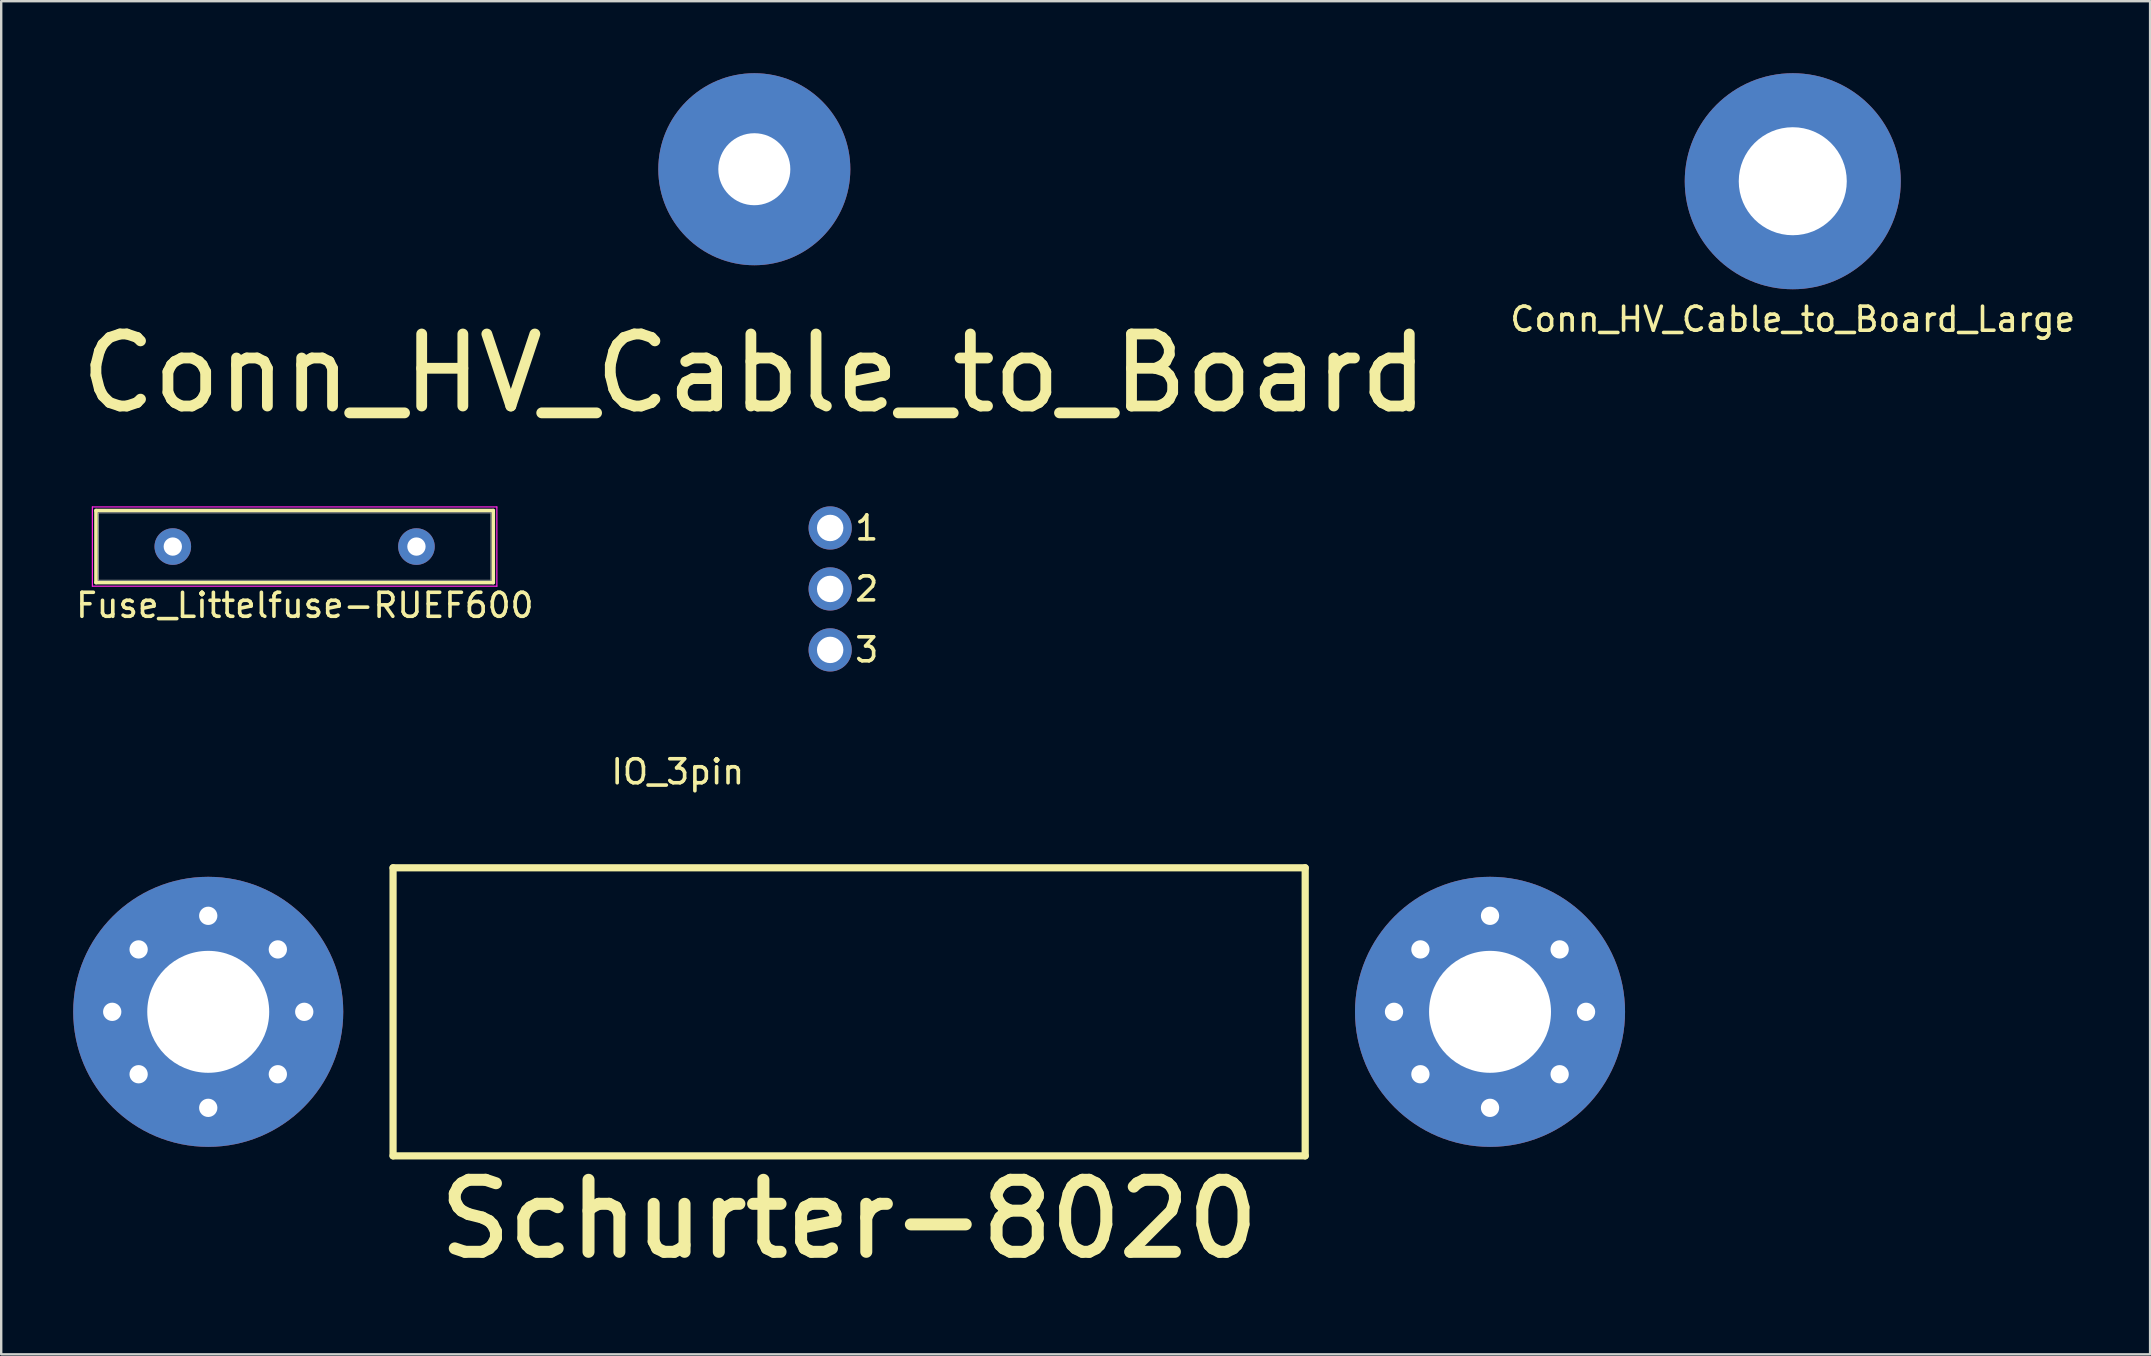
<source format=kicad_pcb>
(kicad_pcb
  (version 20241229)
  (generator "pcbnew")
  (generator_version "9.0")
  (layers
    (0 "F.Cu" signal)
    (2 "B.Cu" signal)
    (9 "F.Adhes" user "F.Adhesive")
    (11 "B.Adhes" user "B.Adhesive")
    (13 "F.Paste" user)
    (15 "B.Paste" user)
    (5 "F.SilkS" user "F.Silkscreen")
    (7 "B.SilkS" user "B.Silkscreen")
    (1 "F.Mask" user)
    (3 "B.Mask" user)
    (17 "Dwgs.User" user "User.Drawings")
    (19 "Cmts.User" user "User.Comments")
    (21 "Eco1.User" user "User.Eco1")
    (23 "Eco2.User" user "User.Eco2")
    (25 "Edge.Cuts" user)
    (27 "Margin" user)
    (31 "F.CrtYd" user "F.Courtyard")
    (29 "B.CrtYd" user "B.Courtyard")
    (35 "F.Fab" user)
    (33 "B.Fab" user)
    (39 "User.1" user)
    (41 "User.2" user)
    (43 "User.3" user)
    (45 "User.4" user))
  (footprint "IO_3pin"
    (layer "F.Cu")
    (at 31.535 21.485)
    (property "Reference" "IO_3pin" (at -6.35 7.62 0) (layer "F.SilkS") (effects (font (size 1 1) (thickness 0.15))))
    (attr through_hole)
    (fp_text user "1" (at 1.524 -2.54 0) (layer "F.SilkS") (effects (font (size 1 1) (thickness 0.15))))
    (fp_text user "2" (at 1.524 0 0) (layer "F.SilkS") (effects (font (size 1 1) (thickness 0.15))))
    (fp_text user "3" (at 1.524 2.54 0) (layer "F.SilkS") (effects (font (size 1 1) (thickness 0.15))))
    (pad "1" thru_hole circle (at 0 -2.54) (size 1.8 1.8) (drill 1.1) (layers "*.Cu" "*.Mask"))
    (pad "2" thru_hole circle (at 0 0) (size 1.8 1.8) (drill 1.1) (layers "*.Cu" "*.Mask"))
    (pad "3" thru_hole circle (at 0 2.54) (size 1.8 1.8) (drill 1.1) (layers "*.Cu" "*.Mask")))
  (footprint "Conn_HV_Cable_to_Board"
    (layer "F.Cu")
    (at 28.375 4)
    (property "Reference" "Conn_HV_Cable_to_Board" (at 0 8.5 0) (layer "F.SilkS") (effects (font (size 3 3) (thickness 0.45))))
    (attr through_hole)
    (pad "1" thru_hole circle (at 0 0) (size 8 8) (drill 3) (layers "*.Cu" "*.Mask")))
  (footprint "Fuse_Littelfuse-RUEF600"
    (layer "F.Cu")
    (at 4.149 19.72)
    (property "Reference" "Fuse_Littelfuse-RUEF600" (at 5.5 2.45 0) (layer "F.SilkS") (effects (font (size 1 1) (thickness 0.15))))
    (attr through_hole)
    (fp_line (start -3.2 1.5) (end -3.2 -1.5) (stroke (width 0.15) (type solid)) (layer "F.SilkS"))
    (fp_line (start -3.2 1.5) (end 13.35 1.5) (stroke (width 0.15) (type solid)) (layer "F.SilkS"))
    (fp_line (start 13.35 -1.5) (end -3.2 -1.5) (stroke (width 0.15) (type solid)) (layer "F.SilkS"))
    (fp_line (start 13.35 1.5) (end 13.35 -1.5) (stroke (width 0.15) (type solid)) (layer "F.SilkS"))
    (fp_line (start -3.35 -1.65) (end -3.35 1.65) (stroke (width 0.05) (type solid)) (layer "F.CrtYd"))
    (fp_line (start -3.35 1.65) (end 13.5 1.65) (stroke (width 0.05) (type solid)) (layer "F.CrtYd"))
    (fp_line (start 13.5 -1.65) (end -3.35 -1.65) (stroke (width 0.05) (type solid)) (layer "F.CrtYd"))
    (fp_line (start 13.5 1.65) (end 13.5 -1.65) (stroke (width 0.05) (type solid)) (layer "F.CrtYd"))
    (fp_line (start -3.1 -1.4) (end 13.25 -1.4) (stroke (width 0.03) (type solid)) (layer "F.Fab"))
    (fp_line (start -3.1 1.4) (end -3.1 -1.4) (stroke (width 0.03) (type solid)) (layer "F.Fab"))
    (fp_line (start 13.25 -1.4) (end 13.25 1.4) (stroke (width 0.03) (type solid)) (layer "F.Fab"))
    (fp_line (start 13.25 1.4) (end -3.1 1.4) (stroke (width 0.03) (type solid)) (layer "F.Fab"))
    (pad "1" thru_hole circle (at 0 0) (size 1.524 1.524) (drill 0.762) (layers "*.Cu" "*.Mask"))
    (pad "2" thru_hole circle (at 10.15 0) (size 1.524 1.524) (drill 0.762) (layers "*.Cu" "*.Mask")))
  (footprint "Conn_HV_Cable_to_Board_Large"
    (layer "F.Cu")
    (at 71.637 4.5)
    (property "Reference" "Conn_HV_Cable_to_Board_Large" (at 0 5.75 0) (layer "F.SilkS") (effects (font (size 1 1) (thickness 0.15))))
    (attr through_hole)
    (pad "1" thru_hole circle (at 0 0) (size 9 9) (drill 4.5) (layers "*.Cu" "*.Mask")))
  (footprint "Schurter-8020"
    (layer "F.Cu")
    (at 32.325 39.103)
    (property "Reference" "Schurter-8020" (at 0 8.636 0) (layer "F.SilkS") (effects (font (size 3 3) (thickness 0.5))))
    (attr through_hole)
    (fp_line (start -19 -6) (end -19 6) (stroke (width 0.3) (type solid)) (layer "F.SilkS"))
    (fp_line (start -19 6) (end 19 6) (stroke (width 0.3) (type solid)) (layer "F.SilkS"))
    (fp_line (start 19 -6) (end -19 -6) (stroke (width 0.3) (type solid)) (layer "F.SilkS"))
    (fp_line (start 19 -6) (end 19 6) (stroke (width 0.3) (type solid)) (layer "F.SilkS"))
    (pad "1" thru_hole circle (at -30.7 0 90) (size 2 2) (drill 0.762) (layers "*.Cu" "*.Mask"))
    (pad "1" thru_hole circle (at -29.6 -2.6) (size 1.524 1.524) (drill 0.762) (layers "*.Cu" "*.Mask"))
    (pad "1" thru_hole circle (at -29.6 2.6 90) (size 1.524 1.524) (drill 0.762) (layers "*.Cu" "*.Mask"))
    (pad "1" thru_hole circle (at -26.7 -4) (size 2 2) (drill 0.762) (layers "*.Cu" "*.Mask"))
    (pad "1" thru_hole circle (at -26.7 0) (size 11.25 11.25) (drill 5.08) (layers "*.Cu" "*.Mask"))
    (pad "1" thru_hole circle (at -26.7 4 180) (size 2 2) (drill 0.762) (layers "*.Cu" "*.Mask"))
    (pad "1" thru_hole circle (at -23.8 -2.6 270) (size 1.524 1.524) (drill 0.762) (layers "*.Cu" "*.Mask"))
    (pad "1" thru_hole circle (at -23.8 2.6 180) (size 1.524 1.524) (drill 0.762) (layers "*.Cu" "*.Mask"))
    (pad "1" thru_hole circle (at -22.7 0 270) (size 2 2) (drill 0.762) (layers "*.Cu" "*.Mask"))
    (pad "2" thru_hole circle (at 22.7 0 90) (size 2 2) (drill 0.762) (layers "*.Cu" "*.Mask"))
    (pad "2" thru_hole circle (at 23.8 -2.6) (size 1.524 1.524) (drill 0.762) (layers "*.Cu" "*.Mask"))
    (pad "2" thru_hole circle (at 23.8 2.6 90) (size 1.524 1.524) (drill 0.762) (layers "*.Cu" "*.Mask"))
    (pad "2" thru_hole circle (at 26.7 -4) (size 2 2) (drill 0.762) (layers "*.Cu" "*.Mask"))
    (pad "2" thru_hole circle (at 26.7 0) (size 11.25 11.25) (drill 5.08) (layers "*.Cu" "*.Mask"))
    (pad "2" thru_hole circle (at 26.7 4 180) (size 2 2) (drill 0.762) (layers "*.Cu" "*.Mask"))
    (pad "2" thru_hole circle (at 29.6 -2.6 270) (size 1.524 1.524) (drill 0.762) (layers "*.Cu" "*.Mask"))
    (pad "2" thru_hole circle (at 29.6 2.6 180) (size 1.524 1.524) (drill 0.762) (layers "*.Cu" "*.Mask"))
    (pad "2" thru_hole circle (at 30.7 0 270) (size 2 2) (drill 0.762) (layers "*.Cu" "*.Mask")))
  (gr_rect
    (start -3 -3)
    (end 86.524 53.371)
    (stroke (width 0.1) (type default))
    (fill no)
    (layer "Edge.Cuts")))
</source>
